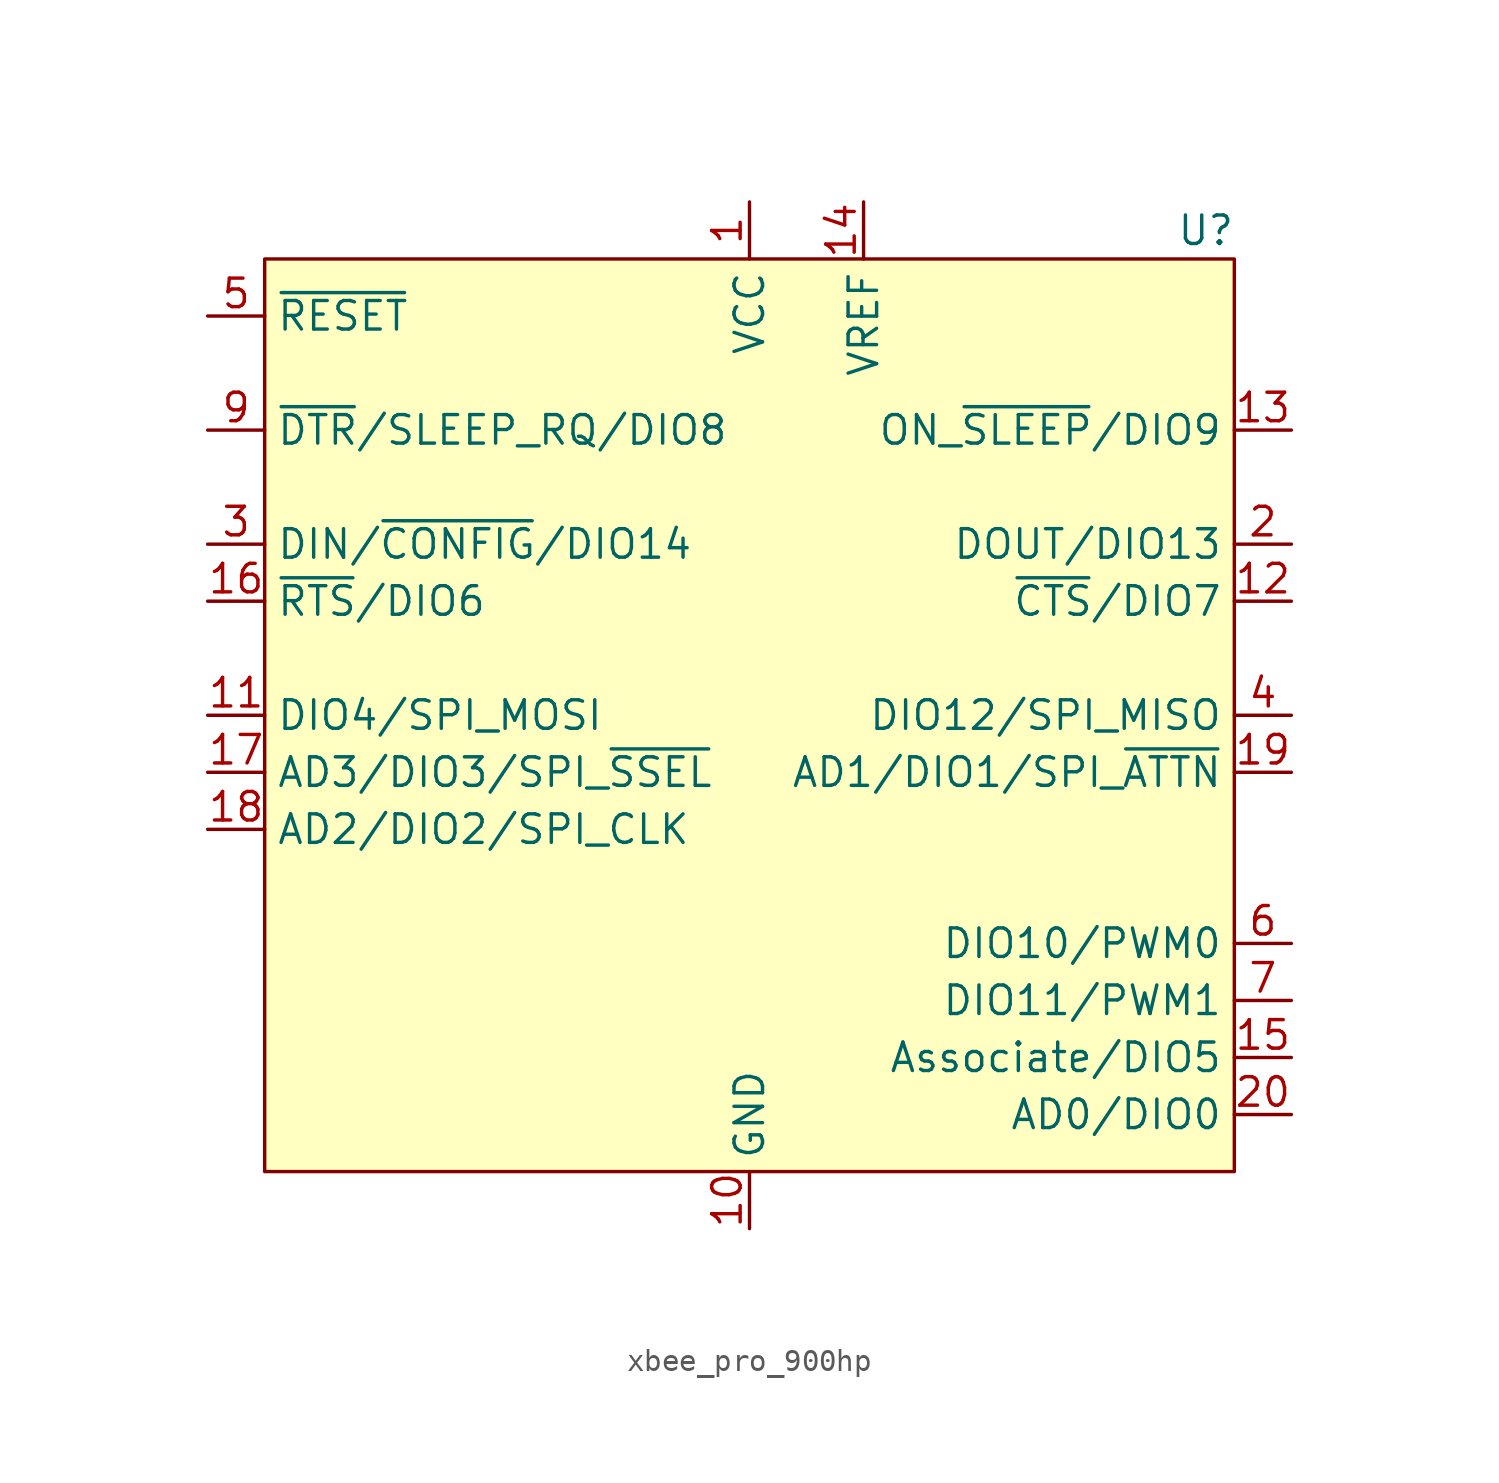
<source format=kicad_sym>
(kicad_symbol_lib
  (version 20231120)
  (generator "kicad_symbol_editor")
  (generator_version "8.0")
  (symbol "xbee_pro_900hp"
    (property "Reference" "U"
      (at 20.32 21.59 0)
      (effects (font (size 1.27 1.27))))
    (property "Value" ""
      (at 0 0 0)
      (effects (font (size 1.27 1.27))))
    (symbol "xbee_pro_900hp_0_0"
      (pin power_in line (at 0 22.86 270) (length 2.54) (name "VCC" (effects (font (size 1.27 1.27)))) (number "1" (effects (font (size 1.27 1.27)))))
      (pin power_in line (at 0 -22.86 90) (length 2.54) (name "GND" (effects (font (size 1.27 1.27)))) (number "10" (effects (font (size 1.27 1.27)))))
      (pin bidirectional line (at -24.13 0 0) (length 2.54) (name "DIO4/SPI_MOSI" (effects (font (size 1.27 1.27)))) (number "11" (effects (font (size 1.27 1.27)))))
      (pin bidirectional line (at 24.13 5.08 180) (length 2.54) (name "~{CTS}/DIO7" (effects (font (size 1.27 1.27)))) (number "12" (effects (font (size 1.27 1.27)))))
      (pin output line (at 24.13 12.7 180) (length 2.54) (name "ON_~{SLEEP}/DIO9" (effects (font (size 1.27 1.27)))) (number "13" (effects (font (size 1.27 1.27)))))
      (pin input line (at 5.08 22.86 270) (length 2.54) (name "VREF" (effects (font (size 1.27 1.27)))) (number "14" (effects (font (size 1.27 1.27)))))
      (pin bidirectional line (at 24.13 -15.24 180) (length 2.54) (name "Associate/DIO5" (effects (font (size 1.27 1.27)))) (number "15" (effects (font (size 1.27 1.27)))))
      (pin bidirectional line (at -24.13 5.08 0) (length 2.54) (name "~{RTS}/DIO6" (effects (font (size 1.27 1.27)))) (number "16" (effects (font (size 1.27 1.27)))))
      (pin bidirectional line (at -24.13 -2.54 0) (length 2.54) (name "AD3/DIO3/SPI_~{SSEL}" (effects (font (size 1.27 1.27)))) (number "17" (effects (font (size 1.27 1.27)))))
      (pin bidirectional line (at -24.13 -5.08 0) (length 2.54) (name "AD2/DIO2/SPI_CLK" (effects (font (size 1.27 1.27)))) (number "18" (effects (font (size 1.27 1.27)))))
      (pin bidirectional line (at 24.13 -2.54 180) (length 2.54) (name "AD1/DIO1/SPI_~{ATTN}" (effects (font (size 1.27 1.27)))) (number "19" (effects (font (size 1.27 1.27)))))
      (pin bidirectional line (at 24.13 7.62 180) (length 2.54) (name "DOUT/DIO13" (effects (font (size 1.27 1.27)))) (number "2" (effects (font (size 1.27 1.27)))))
      (pin bidirectional line (at 24.13 -17.78 180) (length 2.54) (name "AD0/DIO0" (effects (font (size 1.27 1.27)))) (number "20" (effects (font (size 1.27 1.27)))))
      (pin bidirectional line (at -24.13 7.62 0) (length 2.54) (name "DIN/~{CONFIG}/DIO14" (effects (font (size 1.27 1.27)))) (number "3" (effects (font (size 1.27 1.27)))))
      (pin bidirectional line (at 24.13 0 180) (length 2.54) (name "DIO12/SPI_MISO" (effects (font (size 1.27 1.27)))) (number "4" (effects (font (size 1.27 1.27)))))
      (pin input line (at -24.13 17.78 0) (length 2.54) (name "~{RESET}" (effects (font (size 1.27 1.27)))) (number "5" (effects (font (size 1.27 1.27)))))
      (pin bidirectional line (at 24.13 -10.16 180) (length 2.54) (name "DIO10/PWM0" (effects (font (size 1.27 1.27)))) (number "6" (effects (font (size 1.27 1.27)))))
      (pin bidirectional line (at 24.13 -12.7 180) (length 2.54) (name "DIO11/PWM1" (effects (font (size 1.27 1.27)))) (number "7" (effects (font (size 1.27 1.27)))))
      (pin bidirectional line (at -24.13 12.7 0) (length 2.54) (name "~{DTR}/SLEEP_RQ/DIO8" (effects (font (size 1.27 1.27)))) (number "9" (effects (font (size 1.27 1.27))))))
    (symbol "xbee_pro_900hp_1_0"
      (pin no_connect line (at -2.54 -22.86 90) (length 2.54) hide (name "Reserved" (effects (font (size 1.27 1.27)))) (number "8" (effects (font (size 1.27 1.27))))))
    (symbol "xbee_pro_900hp_1_1"
      (rectangle (start -21.59 20.32) (end 21.59 -20.32) (stroke (width 0) (type default)) (fill (type background))))))
</source>
